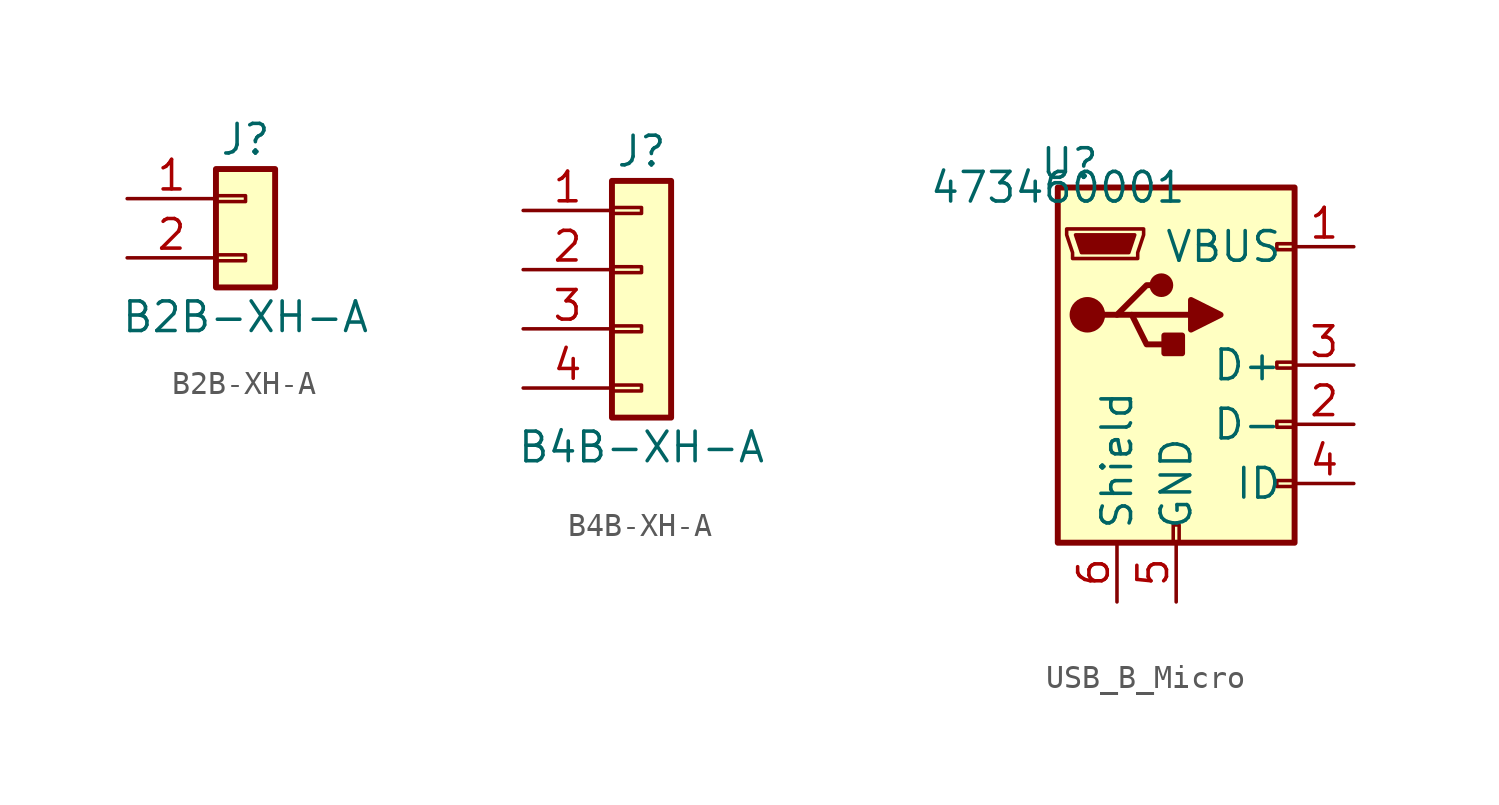
<source format=kicad_sym>
(kicad_symbol_lib
  (version 20231120)
  (generator "kicad_symbol_editor")
  (generator_version "8.0")
  (symbol "B2B-XH-A"
    (pin_names
      (offset 1.016) hide)
    (property "Reference" "J"
      (at 0 2.54 0)
      (effects (font (size 1.27 1.27))))
    (property "Value" "B2B-XH-A"
      (at 0 -5.08 0)
      (effects (font (size 1.27 1.27))))
    (symbol "B2B-XH-A_1_1"
      (rectangle (start -1.27 -2.413) (end 0 -2.667) (stroke (width 0.152) (type default)) (fill (type none)))
      (rectangle (start -1.27 0.127) (end 0 -0.127) (stroke (width 0.152) (type default)) (fill (type none)))
      (rectangle (start -1.27 1.27) (end 1.27 -3.81) (stroke (width 0.254) (type default)) (fill (type background)))
      (pin passive line (at -5.08 0 0) (length 3.81) (name "Pin_1" (effects (font (size 1.27 1.27)))) (number "1" (effects (font (size 1.27 1.27)))))
      (pin passive line (at -5.08 -2.54 0) (length 3.81) (name "Pin_2" (effects (font (size 1.27 1.27)))) (number "2" (effects (font (size 1.27 1.27)))))))
  (symbol "B4B-XH-A"
    (pin_names
      (offset 1.016) hide)
    (property "Reference" "J"
      (at 0 5.08 0)
      (effects (font (size 1.27 1.27))))
    (property "Value" "B4B-XH-A"
      (at 0 -7.62 0)
      (effects (font (size 1.27 1.27))))
    (symbol "B4B-XH-A_1_1"
      (rectangle (start -1.27 -4.953) (end 0 -5.207) (stroke (width 0.152) (type default)) (fill (type none)))
      (rectangle (start -1.27 -2.413) (end 0 -2.667) (stroke (width 0.152) (type default)) (fill (type none)))
      (rectangle (start -1.27 0.127) (end 0 -0.127) (stroke (width 0.152) (type default)) (fill (type none)))
      (rectangle (start -1.27 2.667) (end 0 2.413) (stroke (width 0.152) (type default)) (fill (type none)))
      (rectangle (start -1.27 3.81) (end 1.27 -6.35) (stroke (width 0.254) (type default)) (fill (type background)))
      (pin passive line (at -5.08 2.54 0) (length 3.81) (name "Pin_1" (effects (font (size 1.27 1.27)))) (number "1" (effects (font (size 1.27 1.27)))))
      (pin passive line (at -5.08 0 0) (length 3.81) (name "Pin_2" (effects (font (size 1.27 1.27)))) (number "2" (effects (font (size 1.27 1.27)))))
      (pin passive line (at -5.08 -2.54 0) (length 3.81) (name "Pin_3" (effects (font (size 1.27 1.27)))) (number "3" (effects (font (size 1.27 1.27)))))
      (pin passive line (at -5.08 -5.08 0) (length 3.81) (name "Pin_4" (effects (font (size 1.27 1.27)))) (number "4" (effects (font (size 1.27 1.27)))))))
  (symbol "USB_B_Micro"
    (property "Reference" "U"
      (at 0.508 1.016 0)
      (effects (font (size 1.27 1.27))))
    (property "Value" "473460001"
      (at 0 0 0)
      (effects (font (size 1.27 1.27))))
    (symbol "USB_B_Micro_0_1"
      (rectangle (start 0 -15.24) (end 10.16 0) (stroke (width 0.254) (type default)) (fill (type background)))
      (polyline (pts (xy 3.175 -5.461) (xy 5.715 -5.461)) (stroke (width 0.254) (type default)) (fill (type none)))
      (polyline (pts (xy 1.905 -5.461) (xy 2.54 -5.461) (xy 3.81 -4.191) (xy 4.445 -4.191)) (stroke (width 0.254) (type default)) (fill (type none)))
      (polyline (pts (xy 2.54 -5.461) (xy 3.175 -5.461) (xy 3.81 -6.731) (xy 5.08 -6.731)) (stroke (width 0.254) (type default)) (fill (type none)))
      (polyline (pts (xy 5.715 -4.826) (xy 5.715 -6.096) (xy 6.985 -5.461) (xy 5.715 -4.826)) (stroke (width 0.254) (type default)) (fill (type outline)))
      (polyline (pts (xy 0.762 -2.032) (xy 3.302 -2.032) (xy 3.048 -2.794) (xy 1.016 -2.794) (xy 0.762 -2.032)) (stroke (width 0) (type default)) (fill (type outline)))
      (polyline (pts (xy 0.381 -1.778) (xy 0.381 -2.032) (xy 0.635 -2.794) (xy 0.635 -3.048) (xy 3.429 -3.048) (xy 3.429 -2.794) (xy 3.683 -2.032) (xy 3.683 -1.778) (xy 0.381 -1.778)) (stroke (width 0) (type default)) (fill (type none)))
      (circle (center 1.27 -5.461) (radius 0.635) (stroke (width 0.254) (type default)) (fill (type outline)))
      (circle (center 4.445 -4.191) (radius 0.381) (stroke (width 0.254) (type default)) (fill (type outline)))
      (rectangle (start 4.953 -15.24) (end 5.207 -14.478) (stroke (width 0) (type default)) (fill (type none)))
      (rectangle (start 5.334 -6.35) (end 4.572 -7.112) (stroke (width 0.254) (type default)) (fill (type outline)))
      (rectangle (start 10.16 -12.827) (end 9.398 -12.573) (stroke (width 0) (type default)) (fill (type none)))
      (rectangle (start 10.16 -10.287) (end 9.398 -10.033) (stroke (width 0) (type default)) (fill (type none)))
      (rectangle (start 10.16 -7.747) (end 9.398 -7.493) (stroke (width 0) (type default)) (fill (type none)))
      (rectangle (start 10.16 -2.667) (end 9.398 -2.413) (stroke (width 0) (type default)) (fill (type none))))
    (symbol "USB_B_Micro_1_1"
      (pin power_out line (at 12.7 -2.54 180) (length 2.54) (name "VBUS" (effects (font (size 1.27 1.27)))) (number "1" (effects (font (size 1.27 1.27)))))
      (pin bidirectional line (at 12.7 -10.16 180) (length 2.54) (name "D-" (effects (font (size 1.27 1.27)))) (number "2" (effects (font (size 1.27 1.27)))))
      (pin bidirectional line (at 12.7 -7.62 180) (length 2.54) (name "D+" (effects (font (size 1.27 1.27)))) (number "3" (effects (font (size 1.27 1.27)))))
      (pin passive line (at 12.7 -12.7 180) (length 2.54) (name "ID" (effects (font (size 1.27 1.27)))) (number "4" (effects (font (size 1.27 1.27)))))
      (pin power_out line (at 5.08 -17.78 90) (length 2.54) (name "GND" (effects (font (size 1.27 1.27)))) (number "5" (effects (font (size 1.27 1.27)))))
      (pin passive line (at 2.54 -17.78 90) (length 2.54) (name "Shield" (effects (font (size 1.27 1.27)))) (number "6" (effects (font (size 1.27 1.27))))))))
</source>
